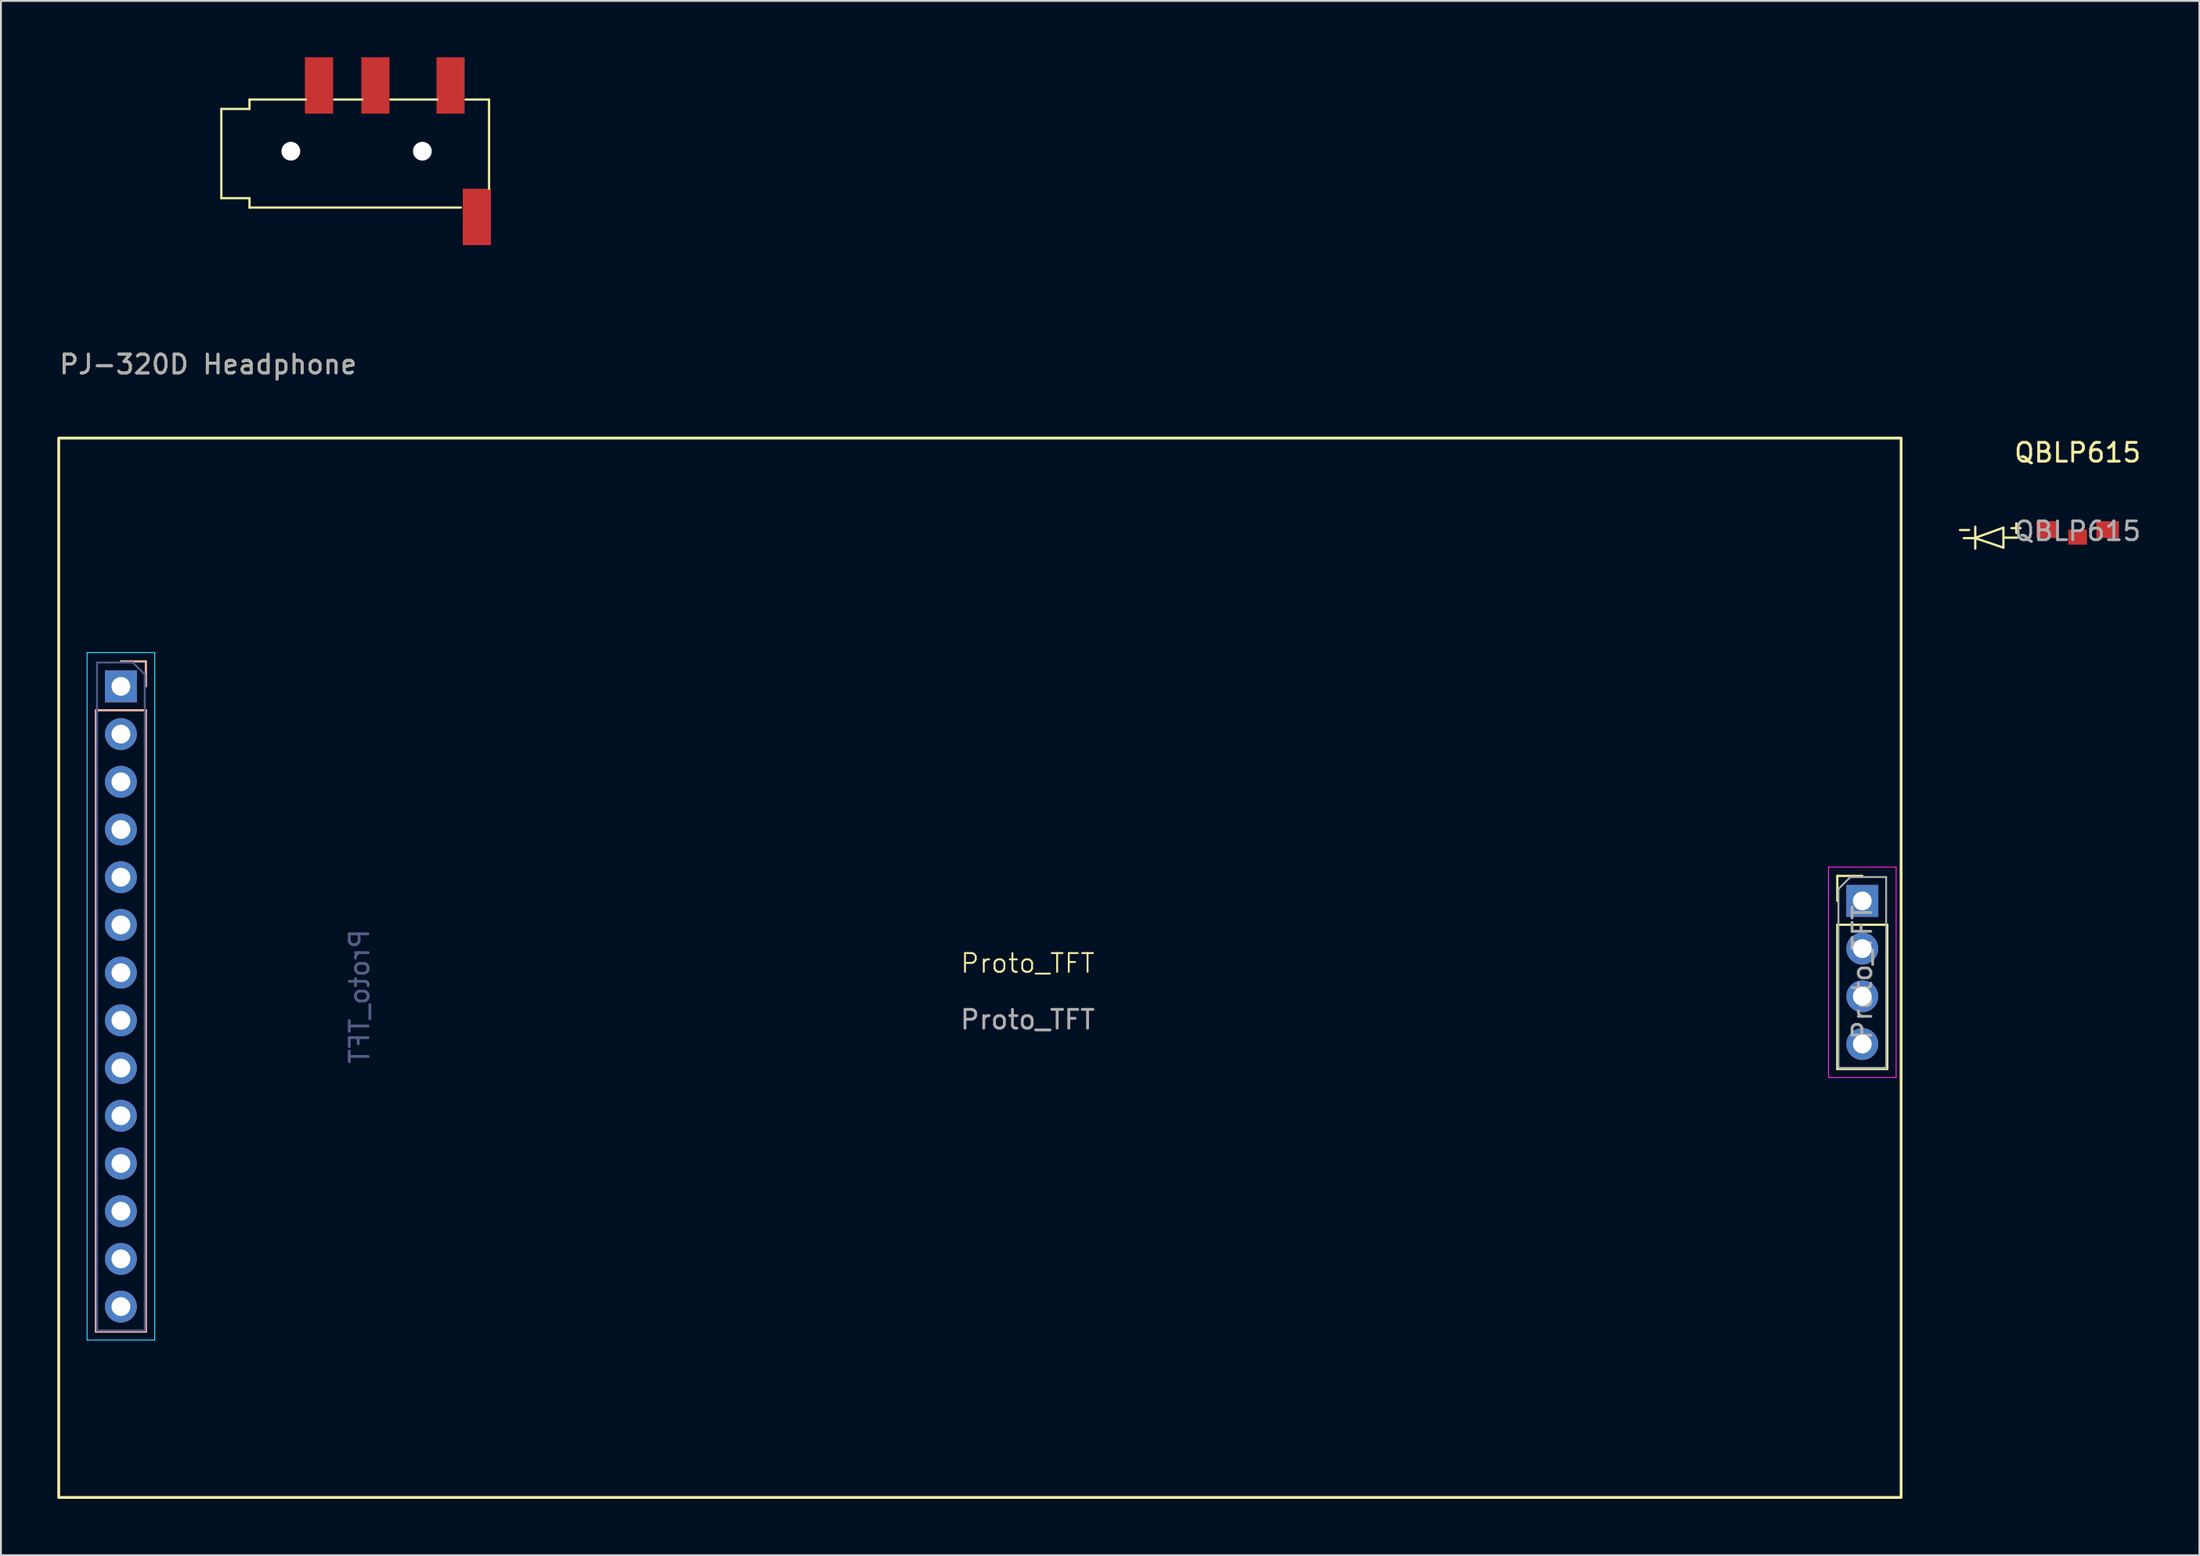
<source format=kicad_pcb>
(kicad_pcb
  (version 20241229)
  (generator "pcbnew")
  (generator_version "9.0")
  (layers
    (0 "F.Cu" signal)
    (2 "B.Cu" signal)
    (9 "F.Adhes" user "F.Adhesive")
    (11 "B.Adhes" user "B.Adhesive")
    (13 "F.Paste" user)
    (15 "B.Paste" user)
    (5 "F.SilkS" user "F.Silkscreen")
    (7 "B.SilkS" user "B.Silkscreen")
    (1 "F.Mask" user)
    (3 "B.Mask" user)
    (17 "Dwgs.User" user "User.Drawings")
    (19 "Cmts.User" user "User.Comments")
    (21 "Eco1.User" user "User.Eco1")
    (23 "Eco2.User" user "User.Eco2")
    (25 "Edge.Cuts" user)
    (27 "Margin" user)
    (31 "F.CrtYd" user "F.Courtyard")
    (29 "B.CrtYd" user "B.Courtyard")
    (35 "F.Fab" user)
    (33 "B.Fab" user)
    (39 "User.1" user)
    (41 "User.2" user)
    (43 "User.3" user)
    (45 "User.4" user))
  (footprint "PJ-320D Headphone"
    (layer "F.Cu")
    (at 8.73 5)
    (property "Reference" "PJ-320D Headphone" (at -0.7 11.35 0) (unlocked yes) (layer "F.SilkS") (effects (font (size 1 1) (thickness 0.15))))
    (attr smd)
    (fp_line (start 0 2.5) (end 0 -2.25) (stroke (width 0.12) (type solid)) (layer "F.SilkS"))
    (fp_line (start 1.5 -2.75) (end 1.5 -2.25) (stroke (width 0.12) (type solid)) (layer "F.SilkS"))
    (fp_line (start 1.5 -2.25) (end 0 -2.25) (stroke (width 0.12) (type solid)) (layer "F.SilkS"))
    (fp_line (start 1.5 2.5) (end 0 2.5) (stroke (width 0.12) (type solid)) (layer "F.SilkS"))
    (fp_line (start 1.5 3) (end 1.5 2.5) (stroke (width 0.12) (type solid)) (layer "F.SilkS"))
    (fp_line (start 4.5 -2.75) (end 1.5 -2.75) (stroke (width 0.12) (type solid)) (layer "F.SilkS"))
    (fp_line (start 7.5 -2.75) (end 6 -2.75) (stroke (width 0.12) (type solid)) (layer "F.SilkS"))
    (fp_line (start 11.5 -2.75) (end 9 -2.75) (stroke (width 0.12) (type solid)) (layer "F.SilkS"))
    (fp_line (start 12.75 3) (end 1.5 3) (stroke (width 0.12) (type solid)) (layer "F.SilkS"))
    (fp_line (start 14.25 -2.75) (end 13 -2.75) (stroke (width 0.12) (type solid)) (layer "F.SilkS"))
    (fp_line (start 14.25 2) (end 14.25 -2.75) (stroke (width 0.12) (type solid)) (layer "F.SilkS"))
    (fp_text user "${REFERENCE}" (at -0.7 11.35 0) (unlocked yes) (layer "F.Fab") (effects (font (size 1 1) (thickness 0.15))))
    (pad "" np_thru_hole circle (at 3.7 0) (size 1 1) (drill 1) (layers "*.Cu" "*.Mask"))
    (pad "" np_thru_hole circle (at 10.7 0) (size 1 1) (drill 1) (layers "*.Cu" "*.Mask"))
    (pad "R1" smd rect (at 8.2 -3.5) (size 1.5 3) (layers "F.Cu" "F.Mask" "F.Paste"))
    (pad "R2" smd rect (at 12.2 -3.5) (size 1.5 3) (layers "F.Cu" "F.Mask" "F.Paste"))
    (pad "S" smd rect (at 13.6 3.5) (size 1.5 3) (layers "F.Cu" "F.Mask" "F.Paste"))
    (pad "T" smd rect (at 5.2 -3.5) (size 1.5 3) (layers "F.Cu" "F.Mask" "F.Paste")))
  (footprint "Proto_TFT"
    (layer "F.Cu")
    (at 51.645 48.733)
    (property "Reference" "Proto_TFT" (at 0 -0.5 0) (unlocked yes) (layer "F.SilkS") (effects (font (size 1 1) (thickness 0.1))))
    (attr through_hole)
    (fp_line (start 43.095 -5.149) (end 44.425 -5.149) (stroke (width 0.12) (type solid)) (layer "F.SilkS"))
    (fp_line (start 43.095 -3.819) (end 43.095 -5.149) (stroke (width 0.12) (type solid)) (layer "F.SilkS"))
    (fp_line (start 43.095 -2.549) (end 43.095 5.131) (stroke (width 0.12) (type solid)) (layer "F.SilkS"))
    (fp_line (start 43.095 -2.549) (end 45.755 -2.549) (stroke (width 0.12) (type solid)) (layer "F.SilkS"))
    (fp_line (start 43.095 5.131) (end 45.755 5.131) (stroke (width 0.12) (type solid)) (layer "F.SilkS"))
    (fp_line (start 45.755 -2.549) (end 45.755 5.131) (stroke (width 0.12) (type solid)) (layer "F.SilkS"))
    (fp_rect (start -51.57 27.94) (end 46.49 -28.46) (stroke (width 0.15) (type default)) (fill no) (layer "F.SilkS"))
    (fp_line (start -49.59 -13.97) (end -49.59 19.11) (stroke (width 0.12) (type solid)) (layer "B.SilkS"))
    (fp_line (start -46.93 -16.57) (end -48.26 -16.57) (stroke (width 0.12) (type solid)) (layer "B.SilkS"))
    (fp_line (start -46.93 -15.24) (end -46.93 -16.57) (stroke (width 0.12) (type solid)) (layer "B.SilkS"))
    (fp_line (start -46.93 -13.97) (end -49.59 -13.97) (stroke (width 0.12) (type solid)) (layer "B.SilkS"))
    (fp_line (start -46.93 -13.97) (end -46.93 19.11) (stroke (width 0.12) (type solid)) (layer "B.SilkS"))
    (fp_line (start -46.93 19.11) (end -49.59 19.11) (stroke (width 0.12) (type solid)) (layer "B.SilkS"))
    (fp_line (start -50.06 -17.04) (end -46.46 -17.04) (stroke (width 0.05) (type solid)) (layer "B.CrtYd"))
    (fp_line (start -50.06 19.56) (end -50.06 -17.04) (stroke (width 0.05) (type solid)) (layer "B.CrtYd"))
    (fp_line (start -46.46 -17.04) (end -46.46 19.56) (stroke (width 0.05) (type solid)) (layer "B.CrtYd"))
    (fp_line (start -46.46 19.56) (end -50.06 19.56) (stroke (width 0.05) (type solid)) (layer "B.CrtYd"))
    (fp_line (start 42.625 -5.619) (end 42.625 5.581) (stroke (width 0.05) (type solid)) (layer "F.CrtYd"))
    (fp_line (start 42.625 5.581) (end 46.225 5.581) (stroke (width 0.05) (type solid)) (layer "F.CrtYd"))
    (fp_line (start 46.225 -5.619) (end 42.625 -5.619) (stroke (width 0.05) (type solid)) (layer "F.CrtYd"))
    (fp_line (start 46.225 5.581) (end 46.225 -5.619) (stroke (width 0.05) (type solid)) (layer "F.CrtYd"))
    (fp_line (start -49.53 -16.51) (end -49.53 19.05) (stroke (width 0.1) (type solid)) (layer "B.Fab"))
    (fp_line (start -49.53 19.05) (end -46.99 19.05) (stroke (width 0.1) (type solid)) (layer "B.Fab"))
    (fp_line (start -47.625 -16.51) (end -49.53 -16.51) (stroke (width 0.1) (type solid)) (layer "B.Fab"))
    (fp_line (start -46.99 -15.875) (end -47.625 -16.51) (stroke (width 0.1) (type solid)) (layer "B.Fab"))
    (fp_line (start -46.99 19.05) (end -46.99 -15.875) (stroke (width 0.1) (type solid)) (layer "B.Fab"))
    (fp_line (start 43.155 -4.454) (end 43.79 -5.089) (stroke (width 0.1) (type solid)) (layer "F.Fab"))
    (fp_line (start 43.155 5.071) (end 43.155 -4.454) (stroke (width 0.1) (type solid)) (layer "F.Fab"))
    (fp_line (start 43.79 -5.089) (end 45.695 -5.089) (stroke (width 0.1) (type solid)) (layer "F.Fab"))
    (fp_line (start 45.695 -5.089) (end 45.695 5.071) (stroke (width 0.1) (type solid)) (layer "F.Fab"))
    (fp_line (start 45.695 5.071) (end 43.155 5.071) (stroke (width 0.1) (type solid)) (layer "F.Fab"))
    (fp_text user "${REFERENCE}" (at -35.56 1.27 90) (layer "B.Fab") (effects (font (size 1 1) (thickness 0.15)) (justify mirror)))
    (fp_text user "${REFERENCE}" (at 44.425 -0.009 90) (layer "F.Fab") (effects (font (size 1 1) (thickness 0.15))))
    (fp_text user "${REFERENCE}" (at 0 2.5 0) (unlocked yes) (layer "F.Fab") (effects (font (size 1 1) (thickness 0.15))))
    (pad "1" thru_hole rect (at -48.26 -15.24 180) (size 1.7 1.7) (drill 1) (layers "*.Cu" "*.Mask"))
    (pad "1" thru_hole rect (at 44.425 -3.819) (size 1.7 1.7) (drill 1) (layers "*.Cu" "*.Mask"))
    (pad "2" thru_hole oval (at -48.26 -12.7 180) (size 1.7 1.7) (drill 1) (layers "*.Cu" "*.Mask"))
    (pad "2" thru_hole oval (at 44.425 -1.279) (size 1.7 1.7) (drill 1) (layers "*.Cu" "*.Mask"))
    (pad "3" thru_hole oval (at -48.26 -10.16 180) (size 1.7 1.7) (drill 1) (layers "*.Cu" "*.Mask"))
    (pad "3" thru_hole oval (at 44.425 1.261) (size 1.7 1.7) (drill 1) (layers "*.Cu" "*.Mask"))
    (pad "4" thru_hole oval (at -48.26 -7.62 180) (size 1.7 1.7) (drill 1) (layers "*.Cu" "*.Mask"))
    (pad "4" thru_hole oval (at 44.425 3.801) (size 1.7 1.7) (drill 1) (layers "*.Cu" "*.Mask"))
    (pad "5" thru_hole oval (at -48.26 -5.08 180) (size 1.7 1.7) (drill 1) (layers "*.Cu" "*.Mask"))
    (pad "6" thru_hole oval (at -48.26 -2.54 180) (size 1.7 1.7) (drill 1) (layers "*.Cu" "*.Mask"))
    (pad "7" thru_hole oval (at -48.26 0 180) (size 1.7 1.7) (drill 1) (layers "*.Cu" "*.Mask"))
    (pad "8" thru_hole oval (at -48.26 2.54 180) (size 1.7 1.7) (drill 1) (layers "*.Cu" "*.Mask"))
    (pad "9" thru_hole oval (at -48.26 5.08 180) (size 1.7 1.7) (drill 1) (layers "*.Cu" "*.Mask"))
    (pad "10" thru_hole oval (at -48.26 7.62 180) (size 1.7 1.7) (drill 1) (layers "*.Cu" "*.Mask"))
    (pad "11" thru_hole oval (at -48.26 10.16 180) (size 1.7 1.7) (drill 1) (layers "*.Cu" "*.Mask"))
    (pad "12" thru_hole oval (at -48.26 12.7 180) (size 1.7 1.7) (drill 1) (layers "*.Cu" "*.Mask"))
    (pad "13" thru_hole oval (at -48.26 15.24 180) (size 1.7 1.7) (drill 1) (layers "*.Cu" "*.Mask"))
    (pad "14" thru_hole oval (at -48.26 17.78 180) (size 1.7 1.7) (drill 1) (layers "*.Cu" "*.Mask")))
  (footprint "QBLP615"
    (layer "F.Cu")
    (at 107.53 21.547)
    (property "Reference" "QBLP615" (at 0 -0.5 0) (unlocked yes) (layer "F.SilkS") (effects (font (size 1 1) (thickness 0.15))))
    (attr smd)
    (fp_line (start -6.26 3.62) (end -5.777 3.62) (stroke (width 0.12) (type solid)) (layer "F.SilkS"))
    (fp_line (start -5.447 3.444) (end -5.447 4.612) (stroke (width 0.12) (type solid)) (layer "F.SilkS"))
    (fp_line (start -5.447 4.053) (end -6.057 4.053) (stroke (width 0.12) (type solid)) (layer "F.SilkS"))
    (fp_line (start -5.447 4.053) (end -3.949 4.561) (stroke (width 0.12) (type solid)) (layer "F.SilkS"))
    (fp_line (start -3.949 3.495) (end -5.422 4.028) (stroke (width 0.12) (type solid)) (layer "F.SilkS"))
    (fp_line (start -3.949 4.561) (end -3.949 3.495) (stroke (width 0.12) (type solid)) (layer "F.SilkS"))
    (fp_line (start -3.923 4.028) (end -3.212 4.028) (stroke (width 0.12) (type solid)) (layer "F.SilkS"))
    (fp_line (start -3.517 3.52) (end -3.034 3.52) (stroke (width 0.12) (type solid)) (layer "F.SilkS"))
    (fp_line (start -3.263 3.266) (end -3.263 3.774) (stroke (width 0.12) (type solid)) (layer "F.SilkS"))
    (fp_text user "${REFERENCE}" (at 0 3.68 0) (unlocked yes) (layer "F.Fab") (effects (font (size 1 1) (thickness 0.15))))
    (pad "1" smd rect (at 1.6 3.6) (size 1.2 0.9) (layers "F.Cu" "F.Mask" "F.Paste"))
    (pad "2" smd rect (at -1.6 3.6) (size 1.2 0.9) (layers "F.Cu" "F.Mask" "F.Paste"))
    (pad "MP" smd rect (at 0 4) (size 1 0.8) (layers "F.Cu" "F.Mask" "F.Paste")))
  (gr_rect
    (start -3 -3)
    (end 114.012 79.748)
    (stroke (width 0.1) (type default))
    (fill no)
    (layer "Edge.Cuts")))
</source>
